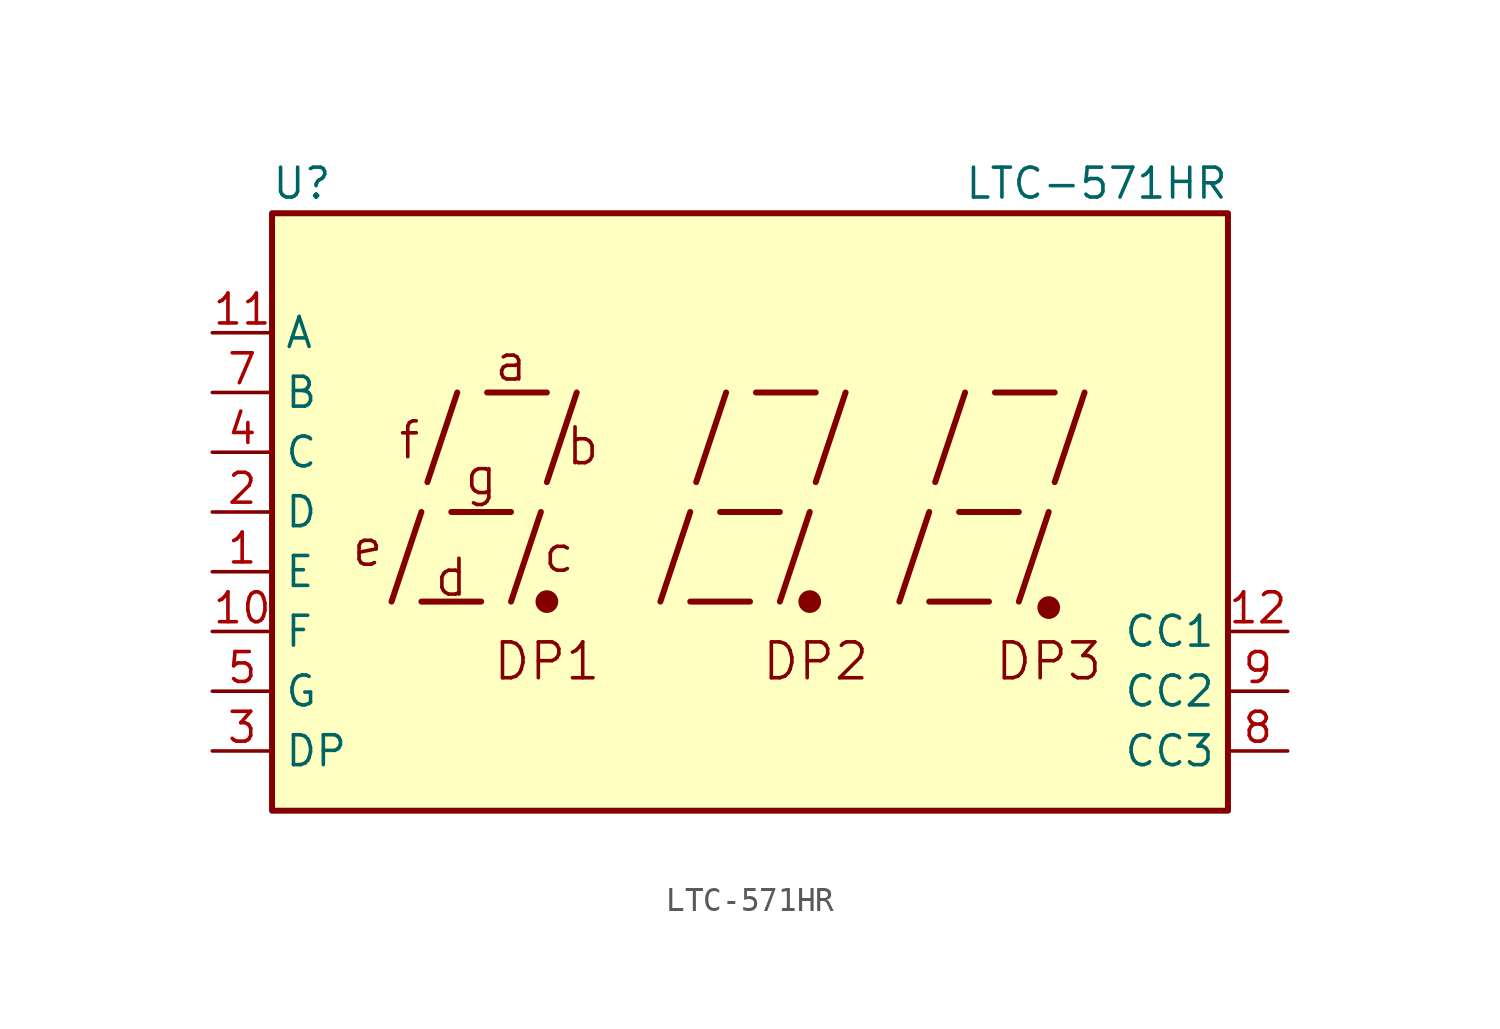
<source format=kicad_sym>
(kicad_symbol_lib
  (version 20241209)
  (generator "kicad_symbol_editor")
  (generator_version "9.0")
  (symbol "LTC-571HR"
    (property "Reference" "U"
      (at -19.05 13.97 0)
      (effects (font (size 1.27 1.27))))
    (property "Value" "LTC-571HR"
      (at 14.732 13.97 0)
      (effects (font (size 1.27 1.27))))
    (symbol "LTC-571HR_0_0"
      (rectangle (start -20.32 12.7) (end 20.32 -12.7) (stroke (width 0.254) (type default)) (fill (type background)))
      (polyline (pts (xy -15.24 -3.81) (xy -13.97 0)) (stroke (width 0.254) (type default)) (fill (type none)))
      (polyline (pts (xy -13.97 -3.81) (xy -11.43 -3.81)) (stroke (width 0.254) (type default)) (fill (type none)))
      (polyline (pts (xy -13.716 1.27) (xy -12.446 5.08)) (stroke (width 0.254) (type default)) (fill (type none)))
      (polyline (pts (xy -12.7 0) (xy -10.16 0)) (stroke (width 0.254) (type default)) (fill (type none)))
      (polyline (pts (xy -11.176 5.08) (xy -8.636 5.08)) (stroke (width 0.254) (type default)) (fill (type none)))
      (polyline (pts (xy -10.16 -3.81) (xy -8.89 0)) (stroke (width 0.254) (type default)) (fill (type none)))
      (polyline (pts (xy -8.636 1.27) (xy -7.366 5.08)) (stroke (width 0.254) (type default)) (fill (type none)))
      (polyline (pts (xy -3.81 -3.81) (xy -2.54 0)) (stroke (width 0.254) (type default)) (fill (type none)))
      (polyline (pts (xy -2.54 -3.81) (xy 0 -3.81)) (stroke (width 0.254) (type default)) (fill (type none)))
      (polyline (pts (xy -2.286 1.27) (xy -1.016 5.08)) (stroke (width 0.254) (type default)) (fill (type none)))
      (polyline (pts (xy -1.27 0) (xy 1.27 0)) (stroke (width 0.254) (type default)) (fill (type none)))
      (polyline (pts (xy 0.254 5.08) (xy 2.794 5.08)) (stroke (width 0.254) (type default)) (fill (type none)))
      (polyline (pts (xy 1.27 -3.81) (xy 2.54 0)) (stroke (width 0.254) (type default)) (fill (type none)))
      (polyline (pts (xy 2.794 1.27) (xy 4.064 5.08)) (stroke (width 0.254) (type default)) (fill (type none)))
      (polyline (pts (xy 6.35 -3.81) (xy 7.62 0)) (stroke (width 0.254) (type default)) (fill (type none)))
      (polyline (pts (xy 7.62 -3.81) (xy 10.16 -3.81)) (stroke (width 0.254) (type default)) (fill (type none)))
      (polyline (pts (xy 7.874 1.27) (xy 9.144 5.08)) (stroke (width 0.254) (type default)) (fill (type none)))
      (polyline (pts (xy 8.89 0) (xy 11.43 0)) (stroke (width 0.254) (type default)) (fill (type none)))
      (polyline (pts (xy 10.414 5.08) (xy 12.954 5.08)) (stroke (width 0.254) (type default)) (fill (type none)))
      (polyline (pts (xy 11.43 -3.81) (xy 12.7 0)) (stroke (width 0.254) (type default)) (fill (type none)))
      (polyline (pts (xy 12.954 1.27) (xy 14.224 5.08)) (stroke (width 0.254) (type default)) (fill (type none)))
      (text "e" (at -16.256 -1.524 0) (effects (font (size 1.524 1.524))))
      (text "f" (at -14.478 3.048 0) (effects (font (size 1.524 1.524))))
      (text "d" (at -12.7 -2.794 0) (effects (font (size 1.524 1.524))))
      (text "g" (at -11.43 1.524 0) (effects (font (size 1.524 1.524))))
      (text "a" (at -10.16 6.35 0) (effects (font (size 1.524 1.524))))
      (text "DP1" (at -8.636 -6.35 0) (effects (font (size 1.524 1.524))))
      (text "c" (at -8.128 -1.778 0) (effects (font (size 1.524 1.524))))
      (text "b" (at -7.112 2.794 0) (effects (font (size 1.524 1.524))))
      (text "DP2" (at 2.794 -6.35 0) (effects (font (size 1.524 1.524))))
      (text "DP3" (at 12.7 -6.35 0) (effects (font (size 1.524 1.524)))))
    (symbol "LTC-571HR_0_1"
      (circle (center -8.636 -3.81) (radius 0.356) (stroke (width 0.254) (type default)) (fill (type outline)))
      (circle (center 2.54 -3.81) (radius 0.356) (stroke (width 0.254) (type default)) (fill (type outline))))
    (symbol "LTC-571HR_1_0"
      (circle (center 12.7 -4.064) (radius 0.356) (stroke (width 0.254) (type default)) (fill (type outline))))
    (symbol "LTC-571HR_1_1"
      (pin input line (at -22.86 7.62 0) (length 2.54) (name "A" (effects (font (size 1.27 1.27)))) (number "11" (effects (font (size 1.27 1.27)))))
      (pin input line (at -22.86 5.08 0) (length 2.54) (name "B" (effects (font (size 1.27 1.27)))) (number "7" (effects (font (size 1.27 1.27)))))
      (pin input line (at -22.86 2.54 0) (length 2.54) (name "C" (effects (font (size 1.27 1.27)))) (number "4" (effects (font (size 1.27 1.27)))))
      (pin input line (at -22.86 0 0) (length 2.54) (name "D" (effects (font (size 1.27 1.27)))) (number "2" (effects (font (size 1.27 1.27)))))
      (pin input line (at -22.86 -2.54 0) (length 2.54) (name "E" (effects (font (size 1.27 1.27)))) (number "1" (effects (font (size 1.27 1.27)))))
      (pin input line (at -22.86 -5.08 0) (length 2.54) (name "F" (effects (font (size 1.27 1.27)))) (number "10" (effects (font (size 1.27 1.27)))))
      (pin input line (at -22.86 -7.62 0) (length 2.54) (name "G" (effects (font (size 1.27 1.27)))) (number "5" (effects (font (size 1.27 1.27)))))
      (pin input line (at -22.86 -10.16 0) (length 2.54) (name "DP" (effects (font (size 1.27 1.27)))) (number "3" (effects (font (size 1.27 1.27)))))
      (pin input line (at 22.86 -5.08 180) (length 2.54) (name "CC1" (effects (font (size 1.27 1.27)))) (number "12" (effects (font (size 1.27 1.27)))))
      (pin input line (at 22.86 -7.62 180) (length 2.54) (name "CC2" (effects (font (size 1.27 1.27)))) (number "9" (effects (font (size 1.27 1.27)))))
      (pin input line (at 22.86 -10.16 180) (length 2.54) (name "CC3" (effects (font (size 1.27 1.27)))) (number "8" (effects (font (size 1.27 1.27))))))))
</source>
